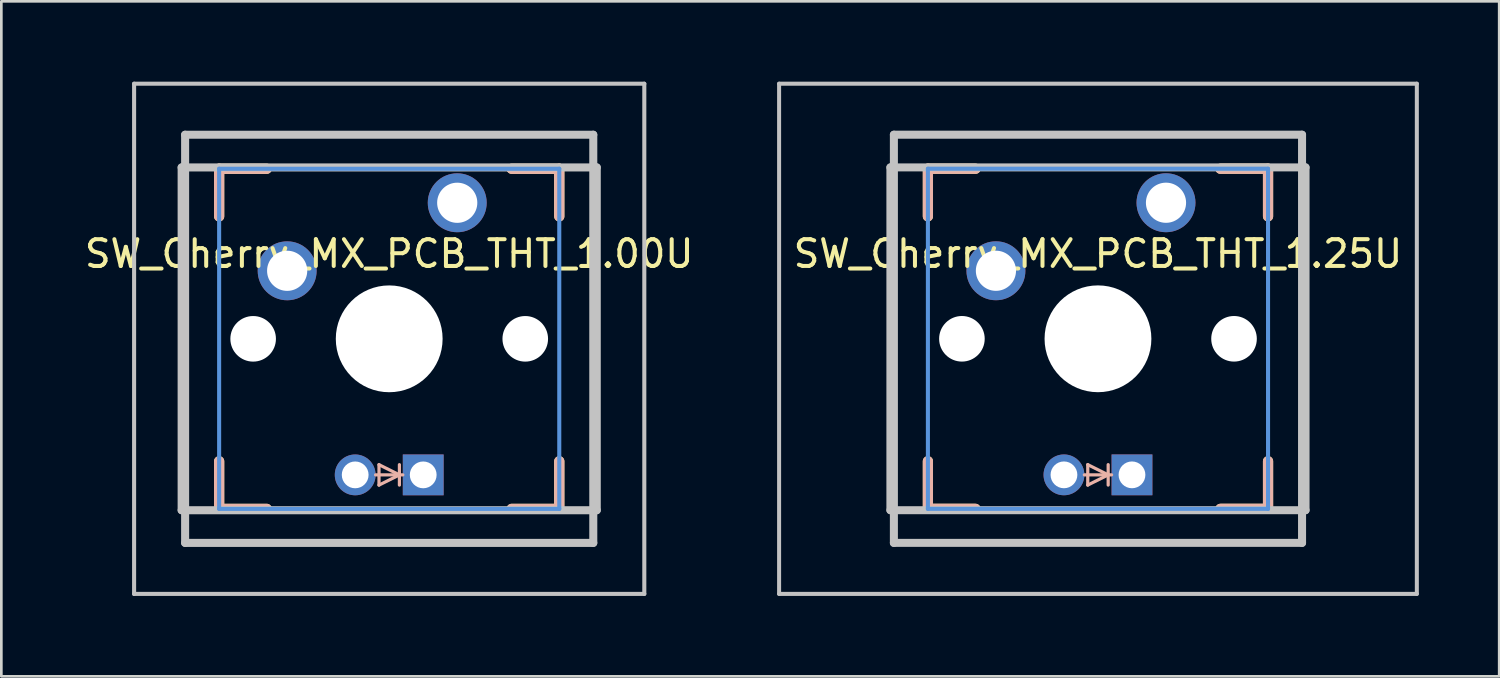
<source format=kicad_pcb>
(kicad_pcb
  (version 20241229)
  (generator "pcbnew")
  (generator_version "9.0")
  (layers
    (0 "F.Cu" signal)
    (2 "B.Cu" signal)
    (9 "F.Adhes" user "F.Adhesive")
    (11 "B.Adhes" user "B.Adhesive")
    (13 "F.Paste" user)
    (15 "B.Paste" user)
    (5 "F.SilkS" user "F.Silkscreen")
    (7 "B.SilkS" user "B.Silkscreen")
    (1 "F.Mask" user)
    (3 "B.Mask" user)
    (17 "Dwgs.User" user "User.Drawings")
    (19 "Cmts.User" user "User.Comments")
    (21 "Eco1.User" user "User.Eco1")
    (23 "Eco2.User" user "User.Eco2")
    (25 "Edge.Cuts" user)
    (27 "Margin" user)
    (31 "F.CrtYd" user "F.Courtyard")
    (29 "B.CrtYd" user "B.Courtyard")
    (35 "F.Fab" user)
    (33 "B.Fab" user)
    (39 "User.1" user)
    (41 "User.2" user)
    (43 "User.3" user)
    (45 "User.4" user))
  (footprint "SW_Cherry_MX_PCB_THT_1.00U"
    (layer "F.Cu")
    (at 11.482 9.601)
    (property "Reference" "SW_Cherry_MX_PCB_THT_1.00U" (at 0 -3.175 0) (layer "F.SilkS") (effects (font (size 1 1) (thickness 0.15))))
    (attr exclude_from_pos_files exclude_from_bom)
    (fp_line (start -6.35 -6.35) (end -4.572 -6.35) (stroke (width 0.381) (type solid)) (layer "F.SilkS"))
    (fp_line (start -6.35 -4.572) (end -6.35 -6.35) (stroke (width 0.381) (type solid)) (layer "F.SilkS"))
    (fp_line (start -6.35 6.35) (end -6.35 4.572) (stroke (width 0.381) (type solid)) (layer "F.SilkS"))
    (fp_line (start -4.572 6.35) (end -6.35 6.35) (stroke (width 0.381) (type solid)) (layer "F.SilkS"))
    (fp_line (start 4.572 -6.35) (end 6.35 -6.35) (stroke (width 0.381) (type solid)) (layer "F.SilkS"))
    (fp_line (start 6.35 -6.35) (end 6.35 -4.572) (stroke (width 0.381) (type solid)) (layer "F.SilkS"))
    (fp_line (start 6.35 4.572) (end 6.35 6.35) (stroke (width 0.381) (type solid)) (layer "F.SilkS"))
    (fp_line (start 6.35 6.35) (end 4.572 6.35) (stroke (width 0.381) (type solid)) (layer "F.SilkS"))
    (fp_line (start -6.35 -6.35) (end -6.35 -4.572) (stroke (width 0.381) (type solid)) (layer "B.SilkS"))
    (fp_line (start -6.35 4.572) (end -6.35 6.35) (stroke (width 0.381) (type solid)) (layer "B.SilkS"))
    (fp_line (start -6.35 6.35) (end -4.572 6.35) (stroke (width 0.381) (type solid)) (layer "B.SilkS"))
    (fp_line (start -4.572 -6.35) (end -6.35 -6.35) (stroke (width 0.381) (type solid)) (layer "B.SilkS"))
    (fp_line (start -0.381 4.699) (end 0.381 5.08) (stroke (width 0.12) (type solid)) (layer "B.SilkS"))
    (fp_line (start -0.381 5.461) (end -0.381 4.699) (stroke (width 0.12) (type solid)) (layer "B.SilkS"))
    (fp_line (start -0.381 5.461) (end 0.381 5.08) (stroke (width 0.12) (type solid)) (layer "B.SilkS"))
    (fp_line (start 0.381 5.461) (end 0.381 4.699) (stroke (width 0.12) (type solid)) (layer "B.SilkS"))
    (fp_line (start 0.508 5.08) (end -0.508 5.08) (stroke (width 0.12) (type solid)) (layer "B.SilkS"))
    (fp_line (start 4.572 6.35) (end 6.35 6.35) (stroke (width 0.381) (type solid)) (layer "B.SilkS"))
    (fp_line (start 6.35 -6.35) (end 4.572 -6.35) (stroke (width 0.381) (type solid)) (layer "B.SilkS"))
    (fp_line (start 6.35 -4.572) (end 6.35 -6.35) (stroke (width 0.381) (type solid)) (layer "B.SilkS"))
    (fp_line (start 6.35 6.35) (end 6.35 4.572) (stroke (width 0.381) (type solid)) (layer "B.SilkS"))
    (fp_line (start -9.525 -9.525) (end 9.525 -9.525) (stroke (width 0.152) (type solid)) (layer "Dwgs.User"))
    (fp_line (start -9.525 9.525) (end -9.525 -9.525) (stroke (width 0.152) (type solid)) (layer "Dwgs.User"))
    (fp_line (start -7.75 6.4) (end -7.75 -6.4) (stroke (width 0.3) (type solid)) (layer "Dwgs.User"))
    (fp_line (start -7.75 6.4) (end 7.75 6.4) (stroke (width 0.3) (type solid)) (layer "Dwgs.User"))
    (fp_line (start -7.62 -7.62) (end 7.62 -7.62) (stroke (width 0.3) (type solid)) (layer "Dwgs.User"))
    (fp_line (start -7.62 7.62) (end -7.62 -7.62) (stroke (width 0.3) (type solid)) (layer "Dwgs.User"))
    (fp_line (start 7.62 -7.62) (end 7.62 7.62) (stroke (width 0.3) (type solid)) (layer "Dwgs.User"))
    (fp_line (start 7.62 7.62) (end -7.62 7.62) (stroke (width 0.3) (type solid)) (layer "Dwgs.User"))
    (fp_line (start 7.75 -6.4) (end -7.75 -6.4) (stroke (width 0.3) (type solid)) (layer "Dwgs.User"))
    (fp_line (start 7.75 6.4) (end 7.75 -6.4) (stroke (width 0.3) (type solid)) (layer "Dwgs.User"))
    (fp_line (start 9.525 -9.525) (end 9.525 9.525) (stroke (width 0.152) (type solid)) (layer "Dwgs.User"))
    (fp_line (start 9.525 9.525) (end -9.525 9.525) (stroke (width 0.152) (type solid)) (layer "Dwgs.User"))
    (fp_line (start -6.35 -6.35) (end 6.35 -6.35) (stroke (width 0.152) (type solid)) (layer "Cmts.User"))
    (fp_line (start -6.35 6.35) (end -6.35 -6.35) (stroke (width 0.152) (type solid)) (layer "Cmts.User"))
    (fp_line (start 6.35 -6.35) (end 6.35 6.35) (stroke (width 0.152) (type solid)) (layer "Cmts.User"))
    (fp_line (start 6.35 6.35) (end -6.35 6.35) (stroke (width 0.152) (type solid)) (layer "Cmts.User"))
    (fp_line (start -6.985 -6.985) (end 6.985 -6.985) (stroke (width 0.152) (type solid)) (layer "Eco2.User"))
    (fp_line (start -6.985 6.985) (end -6.985 -6.985) (stroke (width 0.152) (type solid)) (layer "Eco2.User"))
    (fp_line (start 6.985 -6.985) (end 6.985 6.985) (stroke (width 0.152) (type solid)) (layer "Eco2.User"))
    (fp_line (start 6.985 6.985) (end -6.985 6.985) (stroke (width 0.152) (type solid)) (layer "Eco2.User"))
    (pad "" np_thru_hole circle (at -5.08 0) (size 1.702 1.702) (drill 1.702) (layers "*.Cu" "*.Mask"))
    (pad "" np_thru_hole circle (at 0 0) (size 3.988 3.988) (drill 3.988) (layers "*.Cu" "*.Mask"))
    (pad "" np_thru_hole circle (at 5.08 0) (size 1.702 1.702) (drill 1.702) (layers "*.Cu" "*.Mask"))
    (pad "1" thru_hole circle (at -3.81 -2.54) (size 2.2 2.2) (drill 1.5) (layers "*.Cu" "*.Mask"))
    (pad "2" thru_hole circle (at 2.54 -5.08) (size 2.2 2.2) (drill 1.5) (layers "*.Cu" "*.Mask"))
    (pad "3" thru_hole rect (at 1.27 5.08 180) (size 1.524 1.524) (drill 1) (layers "*.Cu" "*.Mask"))
    (pad "4" thru_hole circle (at -1.27 5.08 180) (size 1.524 1.524) (drill 1) (layers "*.Cu" "*.Mask")))
  (footprint "SW_Cherry_MX_PCB_THT_1.25U"
    (layer "F.Cu")
    (at 37.946 9.6)
    (property "Reference" "SW_Cherry_MX_PCB_THT_1.25U" (at 0 -3.175 0) (layer "F.SilkS") (effects (font (size 1 1) (thickness 0.15))))
    (attr exclude_from_pos_files exclude_from_bom)
    (fp_line (start -6.35 -6.35) (end -4.572 -6.35) (stroke (width 0.381) (type solid)) (layer "F.SilkS"))
    (fp_line (start -6.35 -4.572) (end -6.35 -6.35) (stroke (width 0.381) (type solid)) (layer "F.SilkS"))
    (fp_line (start -6.35 6.35) (end -6.35 4.572) (stroke (width 0.381) (type solid)) (layer "F.SilkS"))
    (fp_line (start -4.572 6.35) (end -6.35 6.35) (stroke (width 0.381) (type solid)) (layer "F.SilkS"))
    (fp_line (start 4.572 -6.35) (end 6.35 -6.35) (stroke (width 0.381) (type solid)) (layer "F.SilkS"))
    (fp_line (start 6.35 -6.35) (end 6.35 -4.572) (stroke (width 0.381) (type solid)) (layer "F.SilkS"))
    (fp_line (start 6.35 4.572) (end 6.35 6.35) (stroke (width 0.381) (type solid)) (layer "F.SilkS"))
    (fp_line (start 6.35 6.35) (end 4.572 6.35) (stroke (width 0.381) (type solid)) (layer "F.SilkS"))
    (fp_line (start -6.35 -6.35) (end -6.35 -4.572) (stroke (width 0.381) (type solid)) (layer "B.SilkS"))
    (fp_line (start -6.35 4.572) (end -6.35 6.35) (stroke (width 0.381) (type solid)) (layer "B.SilkS"))
    (fp_line (start -6.35 6.35) (end -4.572 6.35) (stroke (width 0.381) (type solid)) (layer "B.SilkS"))
    (fp_line (start -4.572 -6.35) (end -6.35 -6.35) (stroke (width 0.381) (type solid)) (layer "B.SilkS"))
    (fp_line (start -0.381 4.699) (end 0.381 5.08) (stroke (width 0.12) (type solid)) (layer "B.SilkS"))
    (fp_line (start -0.381 5.461) (end -0.381 4.699) (stroke (width 0.12) (type solid)) (layer "B.SilkS"))
    (fp_line (start -0.381 5.461) (end 0.381 5.08) (stroke (width 0.12) (type solid)) (layer "B.SilkS"))
    (fp_line (start 0.381 5.461) (end 0.381 4.699) (stroke (width 0.12) (type solid)) (layer "B.SilkS"))
    (fp_line (start 0.508 5.08) (end -0.508 5.08) (stroke (width 0.12) (type solid)) (layer "B.SilkS"))
    (fp_line (start 4.572 6.35) (end 6.35 6.35) (stroke (width 0.381) (type solid)) (layer "B.SilkS"))
    (fp_line (start 6.35 -6.35) (end 4.572 -6.35) (stroke (width 0.381) (type solid)) (layer "B.SilkS"))
    (fp_line (start 6.35 -4.572) (end 6.35 -6.35) (stroke (width 0.381) (type solid)) (layer "B.SilkS"))
    (fp_line (start 6.35 6.35) (end 6.35 4.572) (stroke (width 0.381) (type solid)) (layer "B.SilkS"))
    (fp_line (start -11.906 -9.525) (end 11.906 -9.525) (stroke (width 0.15) (type solid)) (layer "Dwgs.User"))
    (fp_line (start -11.906 9.525) (end -11.906 -9.525) (stroke (width 0.15) (type solid)) (layer "Dwgs.User"))
    (fp_line (start -7.75 6.4) (end -7.75 -6.4) (stroke (width 0.3) (type solid)) (layer "Dwgs.User"))
    (fp_line (start -7.75 6.4) (end 7.75 6.4) (stroke (width 0.3) (type solid)) (layer "Dwgs.User"))
    (fp_line (start -7.62 -7.62) (end 7.62 -7.62) (stroke (width 0.3) (type solid)) (layer "Dwgs.User"))
    (fp_line (start -7.62 7.62) (end -7.62 -7.62) (stroke (width 0.3) (type solid)) (layer "Dwgs.User"))
    (fp_line (start 7.62 -7.62) (end 7.62 7.62) (stroke (width 0.3) (type solid)) (layer "Dwgs.User"))
    (fp_line (start 7.62 7.62) (end -7.62 7.62) (stroke (width 0.3) (type solid)) (layer "Dwgs.User"))
    (fp_line (start 7.75 -6.4) (end -7.75 -6.4) (stroke (width 0.3) (type solid)) (layer "Dwgs.User"))
    (fp_line (start 7.75 6.4) (end 7.75 -6.4) (stroke (width 0.3) (type solid)) (layer "Dwgs.User"))
    (fp_line (start 11.906 -9.525) (end 11.906 9.525) (stroke (width 0.15) (type solid)) (layer "Dwgs.User"))
    (fp_line (start 11.906 9.525) (end -11.906 9.525) (stroke (width 0.15) (type solid)) (layer "Dwgs.User"))
    (fp_line (start -6.35 -6.35) (end 6.35 -6.35) (stroke (width 0.152) (type solid)) (layer "Cmts.User"))
    (fp_line (start -6.35 6.35) (end -6.35 -6.35) (stroke (width 0.152) (type solid)) (layer "Cmts.User"))
    (fp_line (start 6.35 -6.35) (end 6.35 6.35) (stroke (width 0.152) (type solid)) (layer "Cmts.User"))
    (fp_line (start 6.35 6.35) (end -6.35 6.35) (stroke (width 0.152) (type solid)) (layer "Cmts.User"))
    (fp_line (start -6.985 -6.985) (end 6.985 -6.985) (stroke (width 0.152) (type solid)) (layer "Eco2.User"))
    (fp_line (start -6.985 6.985) (end -6.985 -6.985) (stroke (width 0.152) (type solid)) (layer "Eco2.User"))
    (fp_line (start 6.985 -6.985) (end 6.985 6.985) (stroke (width 0.152) (type solid)) (layer "Eco2.User"))
    (fp_line (start 6.985 6.985) (end -6.985 6.985) (stroke (width 0.152) (type solid)) (layer "Eco2.User"))
    (pad "" np_thru_hole circle (at -5.08 0) (size 1.702 1.702) (drill 1.702) (layers "*.Cu" "*.Mask"))
    (pad "" np_thru_hole circle (at 0 0) (size 3.988 3.988) (drill 3.988) (layers "*.Cu" "*.Mask"))
    (pad "" np_thru_hole circle (at 5.08 0) (size 1.702 1.702) (drill 1.702) (layers "*.Cu" "*.Mask"))
    (pad "1" thru_hole circle (at -3.81 -2.54) (size 2.2 2.2) (drill 1.5) (layers "*.Cu" "*.Mask"))
    (pad "2" thru_hole circle (at 2.54 -5.08) (size 2.2 2.2) (drill 1.5) (layers "*.Cu" "*.Mask"))
    (pad "3" thru_hole rect (at 1.27 5.08 180) (size 1.524 1.524) (drill 1) (layers "*.Cu" "*.Mask"))
    (pad "4" thru_hole circle (at -1.27 5.08 180) (size 1.524 1.524) (drill 1) (layers "*.Cu" "*.Mask")))
  (gr_rect
    (start -3 -3)
    (end 52.927 22.202)
    (stroke (width 0.1) (type default))
    (fill no)
    (layer "Edge.Cuts")))
</source>
